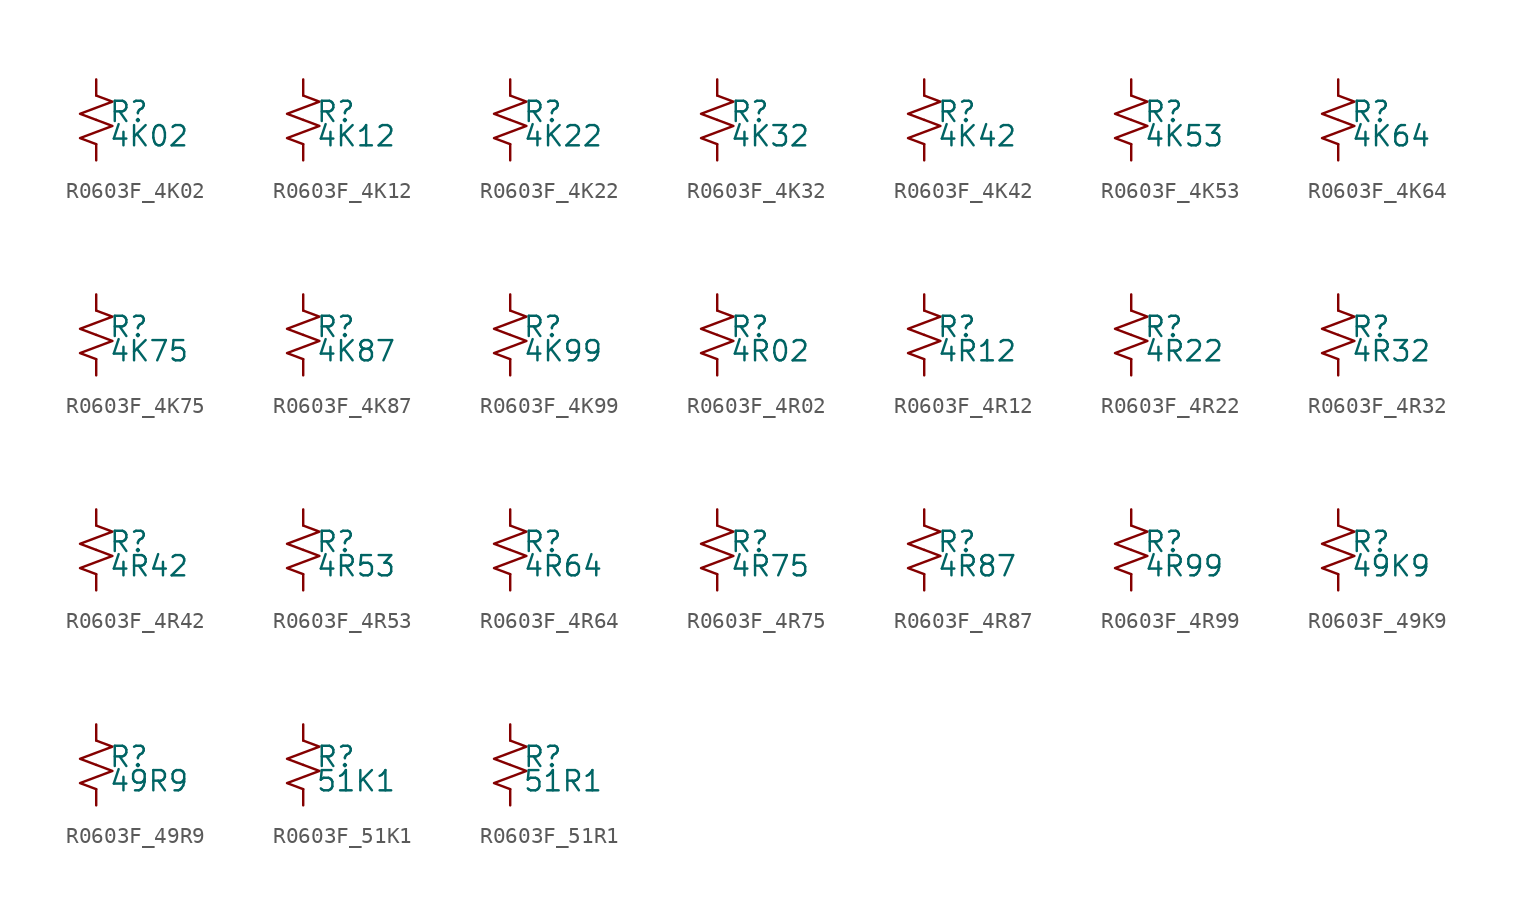
<source format=kicad_sym>
(kicad_symbol_lib
  (version 20220914)
  (generator kicad_symbol_editor)
  (symbol "R0603F_4K02"
    (pin_numbers hide)
    (pin_names
      (offset 0.254) hide)
    (property "Reference" "R"
      (at 0.762 0.508 0)
      (effects (font (size 1.27 1.27)) (justify left)))
    (property "Value" "4K02"
      (at 0.762 -1.016 0)
      (effects (font (size 1.27 1.27)) (justify left)))
    (symbol "R0603F_4K02_1_1"
      (polyline (pts (xy 0 0) (xy 1.016 -0.381) (xy 0 -0.762) (xy -1.016 -1.143) (xy 0 -1.524)) (stroke (width 0) (type default)) (fill (type none)))
      (polyline (pts (xy 0 1.524) (xy 1.016 1.143) (xy 0 0.762) (xy -1.016 0.381) (xy 0 0)) (stroke (width 0) (type default)) (fill (type none)))
      (pin passive line (at 0 2.54 270) (length 1.016) (name "~" (effects (font (size 1.27 1.27)))) (number "1" (effects (font (size 1.27 1.27)))))
      (pin passive line (at 0 -2.54 90) (length 1.016) (name "~" (effects (font (size 1.27 1.27)))) (number "2" (effects (font (size 1.27 1.27)))))))
  (symbol "R0603F_4K12"
    (pin_numbers hide)
    (pin_names
      (offset 0.254) hide)
    (property "Reference" "R"
      (at 0.762 0.508 0)
      (effects (font (size 1.27 1.27)) (justify left)))
    (property "Value" "4K12"
      (at 0.762 -1.016 0)
      (effects (font (size 1.27 1.27)) (justify left)))
    (symbol "R0603F_4K12_1_1"
      (polyline (pts (xy 0 0) (xy 1.016 -0.381) (xy 0 -0.762) (xy -1.016 -1.143) (xy 0 -1.524)) (stroke (width 0) (type default)) (fill (type none)))
      (polyline (pts (xy 0 1.524) (xy 1.016 1.143) (xy 0 0.762) (xy -1.016 0.381) (xy 0 0)) (stroke (width 0) (type default)) (fill (type none)))
      (pin passive line (at 0 2.54 270) (length 1.016) (name "~" (effects (font (size 1.27 1.27)))) (number "1" (effects (font (size 1.27 1.27)))))
      (pin passive line (at 0 -2.54 90) (length 1.016) (name "~" (effects (font (size 1.27 1.27)))) (number "2" (effects (font (size 1.27 1.27)))))))
  (symbol "R0603F_4K22"
    (pin_numbers hide)
    (pin_names
      (offset 0.254) hide)
    (property "Reference" "R"
      (at 0.762 0.508 0)
      (effects (font (size 1.27 1.27)) (justify left)))
    (property "Value" "4K22"
      (at 0.762 -1.016 0)
      (effects (font (size 1.27 1.27)) (justify left)))
    (symbol "R0603F_4K22_1_1"
      (polyline (pts (xy 0 0) (xy 1.016 -0.381) (xy 0 -0.762) (xy -1.016 -1.143) (xy 0 -1.524)) (stroke (width 0) (type default)) (fill (type none)))
      (polyline (pts (xy 0 1.524) (xy 1.016 1.143) (xy 0 0.762) (xy -1.016 0.381) (xy 0 0)) (stroke (width 0) (type default)) (fill (type none)))
      (pin passive line (at 0 2.54 270) (length 1.016) (name "~" (effects (font (size 1.27 1.27)))) (number "1" (effects (font (size 1.27 1.27)))))
      (pin passive line (at 0 -2.54 90) (length 1.016) (name "~" (effects (font (size 1.27 1.27)))) (number "2" (effects (font (size 1.27 1.27)))))))
  (symbol "R0603F_4K32"
    (pin_numbers hide)
    (pin_names
      (offset 0.254) hide)
    (property "Reference" "R"
      (at 0.762 0.508 0)
      (effects (font (size 1.27 1.27)) (justify left)))
    (property "Value" "4K32"
      (at 0.762 -1.016 0)
      (effects (font (size 1.27 1.27)) (justify left)))
    (symbol "R0603F_4K32_1_1"
      (polyline (pts (xy 0 0) (xy 1.016 -0.381) (xy 0 -0.762) (xy -1.016 -1.143) (xy 0 -1.524)) (stroke (width 0) (type default)) (fill (type none)))
      (polyline (pts (xy 0 1.524) (xy 1.016 1.143) (xy 0 0.762) (xy -1.016 0.381) (xy 0 0)) (stroke (width 0) (type default)) (fill (type none)))
      (pin passive line (at 0 2.54 270) (length 1.016) (name "~" (effects (font (size 1.27 1.27)))) (number "1" (effects (font (size 1.27 1.27)))))
      (pin passive line (at 0 -2.54 90) (length 1.016) (name "~" (effects (font (size 1.27 1.27)))) (number "2" (effects (font (size 1.27 1.27)))))))
  (symbol "R0603F_4K42"
    (pin_numbers hide)
    (pin_names
      (offset 0.254) hide)
    (property "Reference" "R"
      (at 0.762 0.508 0)
      (effects (font (size 1.27 1.27)) (justify left)))
    (property "Value" "4K42"
      (at 0.762 -1.016 0)
      (effects (font (size 1.27 1.27)) (justify left)))
    (symbol "R0603F_4K42_1_1"
      (polyline (pts (xy 0 0) (xy 1.016 -0.381) (xy 0 -0.762) (xy -1.016 -1.143) (xy 0 -1.524)) (stroke (width 0) (type default)) (fill (type none)))
      (polyline (pts (xy 0 1.524) (xy 1.016 1.143) (xy 0 0.762) (xy -1.016 0.381) (xy 0 0)) (stroke (width 0) (type default)) (fill (type none)))
      (pin passive line (at 0 2.54 270) (length 1.016) (name "~" (effects (font (size 1.27 1.27)))) (number "1" (effects (font (size 1.27 1.27)))))
      (pin passive line (at 0 -2.54 90) (length 1.016) (name "~" (effects (font (size 1.27 1.27)))) (number "2" (effects (font (size 1.27 1.27)))))))
  (symbol "R0603F_4K53"
    (pin_numbers hide)
    (pin_names
      (offset 0.254) hide)
    (property "Reference" "R"
      (at 0.762 0.508 0)
      (effects (font (size 1.27 1.27)) (justify left)))
    (property "Value" "4K53"
      (at 0.762 -1.016 0)
      (effects (font (size 1.27 1.27)) (justify left)))
    (symbol "R0603F_4K53_1_1"
      (polyline (pts (xy 0 0) (xy 1.016 -0.381) (xy 0 -0.762) (xy -1.016 -1.143) (xy 0 -1.524)) (stroke (width 0) (type default)) (fill (type none)))
      (polyline (pts (xy 0 1.524) (xy 1.016 1.143) (xy 0 0.762) (xy -1.016 0.381) (xy 0 0)) (stroke (width 0) (type default)) (fill (type none)))
      (pin passive line (at 0 2.54 270) (length 1.016) (name "~" (effects (font (size 1.27 1.27)))) (number "1" (effects (font (size 1.27 1.27)))))
      (pin passive line (at 0 -2.54 90) (length 1.016) (name "~" (effects (font (size 1.27 1.27)))) (number "2" (effects (font (size 1.27 1.27)))))))
  (symbol "R0603F_4K64"
    (pin_numbers hide)
    (pin_names
      (offset 0.254) hide)
    (property "Reference" "R"
      (at 0.762 0.508 0)
      (effects (font (size 1.27 1.27)) (justify left)))
    (property "Value" "4K64"
      (at 0.762 -1.016 0)
      (effects (font (size 1.27 1.27)) (justify left)))
    (symbol "R0603F_4K64_1_1"
      (polyline (pts (xy 0 0) (xy 1.016 -0.381) (xy 0 -0.762) (xy -1.016 -1.143) (xy 0 -1.524)) (stroke (width 0) (type default)) (fill (type none)))
      (polyline (pts (xy 0 1.524) (xy 1.016 1.143) (xy 0 0.762) (xy -1.016 0.381) (xy 0 0)) (stroke (width 0) (type default)) (fill (type none)))
      (pin passive line (at 0 2.54 270) (length 1.016) (name "~" (effects (font (size 1.27 1.27)))) (number "1" (effects (font (size 1.27 1.27)))))
      (pin passive line (at 0 -2.54 90) (length 1.016) (name "~" (effects (font (size 1.27 1.27)))) (number "2" (effects (font (size 1.27 1.27)))))))
  (symbol "R0603F_4K75"
    (pin_numbers hide)
    (pin_names
      (offset 0.254) hide)
    (property "Reference" "R"
      (at 0.762 0.508 0)
      (effects (font (size 1.27 1.27)) (justify left)))
    (property "Value" "4K75"
      (at 0.762 -1.016 0)
      (effects (font (size 1.27 1.27)) (justify left)))
    (symbol "R0603F_4K75_1_1"
      (polyline (pts (xy 0 0) (xy 1.016 -0.381) (xy 0 -0.762) (xy -1.016 -1.143) (xy 0 -1.524)) (stroke (width 0) (type default)) (fill (type none)))
      (polyline (pts (xy 0 1.524) (xy 1.016 1.143) (xy 0 0.762) (xy -1.016 0.381) (xy 0 0)) (stroke (width 0) (type default)) (fill (type none)))
      (pin passive line (at 0 2.54 270) (length 1.016) (name "~" (effects (font (size 1.27 1.27)))) (number "1" (effects (font (size 1.27 1.27)))))
      (pin passive line (at 0 -2.54 90) (length 1.016) (name "~" (effects (font (size 1.27 1.27)))) (number "2" (effects (font (size 1.27 1.27)))))))
  (symbol "R0603F_4K87"
    (pin_numbers hide)
    (pin_names
      (offset 0.254) hide)
    (property "Reference" "R"
      (at 0.762 0.508 0)
      (effects (font (size 1.27 1.27)) (justify left)))
    (property "Value" "4K87"
      (at 0.762 -1.016 0)
      (effects (font (size 1.27 1.27)) (justify left)))
    (symbol "R0603F_4K87_1_1"
      (polyline (pts (xy 0 0) (xy 1.016 -0.381) (xy 0 -0.762) (xy -1.016 -1.143) (xy 0 -1.524)) (stroke (width 0) (type default)) (fill (type none)))
      (polyline (pts (xy 0 1.524) (xy 1.016 1.143) (xy 0 0.762) (xy -1.016 0.381) (xy 0 0)) (stroke (width 0) (type default)) (fill (type none)))
      (pin passive line (at 0 2.54 270) (length 1.016) (name "~" (effects (font (size 1.27 1.27)))) (number "1" (effects (font (size 1.27 1.27)))))
      (pin passive line (at 0 -2.54 90) (length 1.016) (name "~" (effects (font (size 1.27 1.27)))) (number "2" (effects (font (size 1.27 1.27)))))))
  (symbol "R0603F_4K99"
    (pin_numbers hide)
    (pin_names
      (offset 0.254) hide)
    (property "Reference" "R"
      (at 0.762 0.508 0)
      (effects (font (size 1.27 1.27)) (justify left)))
    (property "Value" "4K99"
      (at 0.762 -1.016 0)
      (effects (font (size 1.27 1.27)) (justify left)))
    (symbol "R0603F_4K99_1_1"
      (polyline (pts (xy 0 0) (xy 1.016 -0.381) (xy 0 -0.762) (xy -1.016 -1.143) (xy 0 -1.524)) (stroke (width 0) (type default)) (fill (type none)))
      (polyline (pts (xy 0 1.524) (xy 1.016 1.143) (xy 0 0.762) (xy -1.016 0.381) (xy 0 0)) (stroke (width 0) (type default)) (fill (type none)))
      (pin passive line (at 0 2.54 270) (length 1.016) (name "~" (effects (font (size 1.27 1.27)))) (number "1" (effects (font (size 1.27 1.27)))))
      (pin passive line (at 0 -2.54 90) (length 1.016) (name "~" (effects (font (size 1.27 1.27)))) (number "2" (effects (font (size 1.27 1.27)))))))
  (symbol "R0603F_4R02"
    (pin_numbers hide)
    (pin_names
      (offset 0.254) hide)
    (property "Reference" "R"
      (at 0.762 0.508 0)
      (effects (font (size 1.27 1.27)) (justify left)))
    (property "Value" "4R02"
      (at 0.762 -1.016 0)
      (effects (font (size 1.27 1.27)) (justify left)))
    (symbol "R0603F_4R02_1_1"
      (polyline (pts (xy 0 0) (xy 1.016 -0.381) (xy 0 -0.762) (xy -1.016 -1.143) (xy 0 -1.524)) (stroke (width 0) (type default)) (fill (type none)))
      (polyline (pts (xy 0 1.524) (xy 1.016 1.143) (xy 0 0.762) (xy -1.016 0.381) (xy 0 0)) (stroke (width 0) (type default)) (fill (type none)))
      (pin passive line (at 0 2.54 270) (length 1.016) (name "~" (effects (font (size 1.27 1.27)))) (number "1" (effects (font (size 1.27 1.27)))))
      (pin passive line (at 0 -2.54 90) (length 1.016) (name "~" (effects (font (size 1.27 1.27)))) (number "2" (effects (font (size 1.27 1.27)))))))
  (symbol "R0603F_4R12"
    (pin_numbers hide)
    (pin_names
      (offset 0.254) hide)
    (property "Reference" "R"
      (at 0.762 0.508 0)
      (effects (font (size 1.27 1.27)) (justify left)))
    (property "Value" "4R12"
      (at 0.762 -1.016 0)
      (effects (font (size 1.27 1.27)) (justify left)))
    (symbol "R0603F_4R12_1_1"
      (polyline (pts (xy 0 0) (xy 1.016 -0.381) (xy 0 -0.762) (xy -1.016 -1.143) (xy 0 -1.524)) (stroke (width 0) (type default)) (fill (type none)))
      (polyline (pts (xy 0 1.524) (xy 1.016 1.143) (xy 0 0.762) (xy -1.016 0.381) (xy 0 0)) (stroke (width 0) (type default)) (fill (type none)))
      (pin passive line (at 0 2.54 270) (length 1.016) (name "~" (effects (font (size 1.27 1.27)))) (number "1" (effects (font (size 1.27 1.27)))))
      (pin passive line (at 0 -2.54 90) (length 1.016) (name "~" (effects (font (size 1.27 1.27)))) (number "2" (effects (font (size 1.27 1.27)))))))
  (symbol "R0603F_4R22"
    (pin_numbers hide)
    (pin_names
      (offset 0.254) hide)
    (property "Reference" "R"
      (at 0.762 0.508 0)
      (effects (font (size 1.27 1.27)) (justify left)))
    (property "Value" "4R22"
      (at 0.762 -1.016 0)
      (effects (font (size 1.27 1.27)) (justify left)))
    (symbol "R0603F_4R22_1_1"
      (polyline (pts (xy 0 0) (xy 1.016 -0.381) (xy 0 -0.762) (xy -1.016 -1.143) (xy 0 -1.524)) (stroke (width 0) (type default)) (fill (type none)))
      (polyline (pts (xy 0 1.524) (xy 1.016 1.143) (xy 0 0.762) (xy -1.016 0.381) (xy 0 0)) (stroke (width 0) (type default)) (fill (type none)))
      (pin passive line (at 0 2.54 270) (length 1.016) (name "~" (effects (font (size 1.27 1.27)))) (number "1" (effects (font (size 1.27 1.27)))))
      (pin passive line (at 0 -2.54 90) (length 1.016) (name "~" (effects (font (size 1.27 1.27)))) (number "2" (effects (font (size 1.27 1.27)))))))
  (symbol "R0603F_4R32"
    (pin_numbers hide)
    (pin_names
      (offset 0.254) hide)
    (property "Reference" "R"
      (at 0.762 0.508 0)
      (effects (font (size 1.27 1.27)) (justify left)))
    (property "Value" "4R32"
      (at 0.762 -1.016 0)
      (effects (font (size 1.27 1.27)) (justify left)))
    (symbol "R0603F_4R32_1_1"
      (polyline (pts (xy 0 0) (xy 1.016 -0.381) (xy 0 -0.762) (xy -1.016 -1.143) (xy 0 -1.524)) (stroke (width 0) (type default)) (fill (type none)))
      (polyline (pts (xy 0 1.524) (xy 1.016 1.143) (xy 0 0.762) (xy -1.016 0.381) (xy 0 0)) (stroke (width 0) (type default)) (fill (type none)))
      (pin passive line (at 0 2.54 270) (length 1.016) (name "~" (effects (font (size 1.27 1.27)))) (number "1" (effects (font (size 1.27 1.27)))))
      (pin passive line (at 0 -2.54 90) (length 1.016) (name "~" (effects (font (size 1.27 1.27)))) (number "2" (effects (font (size 1.27 1.27)))))))
  (symbol "R0603F_4R42"
    (pin_numbers hide)
    (pin_names
      (offset 0.254) hide)
    (property "Reference" "R"
      (at 0.762 0.508 0)
      (effects (font (size 1.27 1.27)) (justify left)))
    (property "Value" "4R42"
      (at 0.762 -1.016 0)
      (effects (font (size 1.27 1.27)) (justify left)))
    (symbol "R0603F_4R42_1_1"
      (polyline (pts (xy 0 0) (xy 1.016 -0.381) (xy 0 -0.762) (xy -1.016 -1.143) (xy 0 -1.524)) (stroke (width 0) (type default)) (fill (type none)))
      (polyline (pts (xy 0 1.524) (xy 1.016 1.143) (xy 0 0.762) (xy -1.016 0.381) (xy 0 0)) (stroke (width 0) (type default)) (fill (type none)))
      (pin passive line (at 0 2.54 270) (length 1.016) (name "~" (effects (font (size 1.27 1.27)))) (number "1" (effects (font (size 1.27 1.27)))))
      (pin passive line (at 0 -2.54 90) (length 1.016) (name "~" (effects (font (size 1.27 1.27)))) (number "2" (effects (font (size 1.27 1.27)))))))
  (symbol "R0603F_4R53"
    (pin_numbers hide)
    (pin_names
      (offset 0.254) hide)
    (property "Reference" "R"
      (at 0.762 0.508 0)
      (effects (font (size 1.27 1.27)) (justify left)))
    (property "Value" "4R53"
      (at 0.762 -1.016 0)
      (effects (font (size 1.27 1.27)) (justify left)))
    (symbol "R0603F_4R53_1_1"
      (polyline (pts (xy 0 0) (xy 1.016 -0.381) (xy 0 -0.762) (xy -1.016 -1.143) (xy 0 -1.524)) (stroke (width 0) (type default)) (fill (type none)))
      (polyline (pts (xy 0 1.524) (xy 1.016 1.143) (xy 0 0.762) (xy -1.016 0.381) (xy 0 0)) (stroke (width 0) (type default)) (fill (type none)))
      (pin passive line (at 0 2.54 270) (length 1.016) (name "~" (effects (font (size 1.27 1.27)))) (number "1" (effects (font (size 1.27 1.27)))))
      (pin passive line (at 0 -2.54 90) (length 1.016) (name "~" (effects (font (size 1.27 1.27)))) (number "2" (effects (font (size 1.27 1.27)))))))
  (symbol "R0603F_4R64"
    (pin_numbers hide)
    (pin_names
      (offset 0.254) hide)
    (property "Reference" "R"
      (at 0.762 0.508 0)
      (effects (font (size 1.27 1.27)) (justify left)))
    (property "Value" "4R64"
      (at 0.762 -1.016 0)
      (effects (font (size 1.27 1.27)) (justify left)))
    (symbol "R0603F_4R64_1_1"
      (polyline (pts (xy 0 0) (xy 1.016 -0.381) (xy 0 -0.762) (xy -1.016 -1.143) (xy 0 -1.524)) (stroke (width 0) (type default)) (fill (type none)))
      (polyline (pts (xy 0 1.524) (xy 1.016 1.143) (xy 0 0.762) (xy -1.016 0.381) (xy 0 0)) (stroke (width 0) (type default)) (fill (type none)))
      (pin passive line (at 0 2.54 270) (length 1.016) (name "~" (effects (font (size 1.27 1.27)))) (number "1" (effects (font (size 1.27 1.27)))))
      (pin passive line (at 0 -2.54 90) (length 1.016) (name "~" (effects (font (size 1.27 1.27)))) (number "2" (effects (font (size 1.27 1.27)))))))
  (symbol "R0603F_4R75"
    (pin_numbers hide)
    (pin_names
      (offset 0.254) hide)
    (property "Reference" "R"
      (at 0.762 0.508 0)
      (effects (font (size 1.27 1.27)) (justify left)))
    (property "Value" "4R75"
      (at 0.762 -1.016 0)
      (effects (font (size 1.27 1.27)) (justify left)))
    (symbol "R0603F_4R75_1_1"
      (polyline (pts (xy 0 0) (xy 1.016 -0.381) (xy 0 -0.762) (xy -1.016 -1.143) (xy 0 -1.524)) (stroke (width 0) (type default)) (fill (type none)))
      (polyline (pts (xy 0 1.524) (xy 1.016 1.143) (xy 0 0.762) (xy -1.016 0.381) (xy 0 0)) (stroke (width 0) (type default)) (fill (type none)))
      (pin passive line (at 0 2.54 270) (length 1.016) (name "~" (effects (font (size 1.27 1.27)))) (number "1" (effects (font (size 1.27 1.27)))))
      (pin passive line (at 0 -2.54 90) (length 1.016) (name "~" (effects (font (size 1.27 1.27)))) (number "2" (effects (font (size 1.27 1.27)))))))
  (symbol "R0603F_4R87"
    (pin_numbers hide)
    (pin_names
      (offset 0.254) hide)
    (property "Reference" "R"
      (at 0.762 0.508 0)
      (effects (font (size 1.27 1.27)) (justify left)))
    (property "Value" "4R87"
      (at 0.762 -1.016 0)
      (effects (font (size 1.27 1.27)) (justify left)))
    (symbol "R0603F_4R87_1_1"
      (polyline (pts (xy 0 0) (xy 1.016 -0.381) (xy 0 -0.762) (xy -1.016 -1.143) (xy 0 -1.524)) (stroke (width 0) (type default)) (fill (type none)))
      (polyline (pts (xy 0 1.524) (xy 1.016 1.143) (xy 0 0.762) (xy -1.016 0.381) (xy 0 0)) (stroke (width 0) (type default)) (fill (type none)))
      (pin passive line (at 0 2.54 270) (length 1.016) (name "~" (effects (font (size 1.27 1.27)))) (number "1" (effects (font (size 1.27 1.27)))))
      (pin passive line (at 0 -2.54 90) (length 1.016) (name "~" (effects (font (size 1.27 1.27)))) (number "2" (effects (font (size 1.27 1.27)))))))
  (symbol "R0603F_4R99"
    (pin_numbers hide)
    (pin_names
      (offset 0.254) hide)
    (property "Reference" "R"
      (at 0.762 0.508 0)
      (effects (font (size 1.27 1.27)) (justify left)))
    (property "Value" "4R99"
      (at 0.762 -1.016 0)
      (effects (font (size 1.27 1.27)) (justify left)))
    (symbol "R0603F_4R99_1_1"
      (polyline (pts (xy 0 0) (xy 1.016 -0.381) (xy 0 -0.762) (xy -1.016 -1.143) (xy 0 -1.524)) (stroke (width 0) (type default)) (fill (type none)))
      (polyline (pts (xy 0 1.524) (xy 1.016 1.143) (xy 0 0.762) (xy -1.016 0.381) (xy 0 0)) (stroke (width 0) (type default)) (fill (type none)))
      (pin passive line (at 0 2.54 270) (length 1.016) (name "~" (effects (font (size 1.27 1.27)))) (number "1" (effects (font (size 1.27 1.27)))))
      (pin passive line (at 0 -2.54 90) (length 1.016) (name "~" (effects (font (size 1.27 1.27)))) (number "2" (effects (font (size 1.27 1.27)))))))
  (symbol "R0603F_49K9"
    (pin_numbers hide)
    (pin_names
      (offset 0.254) hide)
    (property "Reference" "R"
      (at 0.762 0.508 0)
      (effects (font (size 1.27 1.27)) (justify left)))
    (property "Value" "49K9"
      (at 0.762 -1.016 0)
      (effects (font (size 1.27 1.27)) (justify left)))
    (symbol "R0603F_49K9_1_1"
      (polyline (pts (xy 0 0) (xy 1.016 -0.381) (xy 0 -0.762) (xy -1.016 -1.143) (xy 0 -1.524)) (stroke (width 0) (type default)) (fill (type none)))
      (polyline (pts (xy 0 1.524) (xy 1.016 1.143) (xy 0 0.762) (xy -1.016 0.381) (xy 0 0)) (stroke (width 0) (type default)) (fill (type none)))
      (pin passive line (at 0 2.54 270) (length 1.016) (name "~" (effects (font (size 1.27 1.27)))) (number "1" (effects (font (size 1.27 1.27)))))
      (pin passive line (at 0 -2.54 90) (length 1.016) (name "~" (effects (font (size 1.27 1.27)))) (number "2" (effects (font (size 1.27 1.27)))))))
  (symbol "R0603F_49R9"
    (pin_numbers hide)
    (pin_names
      (offset 0.254) hide)
    (property "Reference" "R"
      (at 0.762 0.508 0)
      (effects (font (size 1.27 1.27)) (justify left)))
    (property "Value" "49R9"
      (at 0.762 -1.016 0)
      (effects (font (size 1.27 1.27)) (justify left)))
    (symbol "R0603F_49R9_1_1"
      (polyline (pts (xy 0 0) (xy 1.016 -0.381) (xy 0 -0.762) (xy -1.016 -1.143) (xy 0 -1.524)) (stroke (width 0) (type default)) (fill (type none)))
      (polyline (pts (xy 0 1.524) (xy 1.016 1.143) (xy 0 0.762) (xy -1.016 0.381) (xy 0 0)) (stroke (width 0) (type default)) (fill (type none)))
      (pin passive line (at 0 2.54 270) (length 1.016) (name "~" (effects (font (size 1.27 1.27)))) (number "1" (effects (font (size 1.27 1.27)))))
      (pin passive line (at 0 -2.54 90) (length 1.016) (name "~" (effects (font (size 1.27 1.27)))) (number "2" (effects (font (size 1.27 1.27)))))))
  (symbol "R0603F_51K1"
    (pin_numbers hide)
    (pin_names
      (offset 0.254) hide)
    (property "Reference" "R"
      (at 0.762 0.508 0)
      (effects (font (size 1.27 1.27)) (justify left)))
    (property "Value" "51K1"
      (at 0.762 -1.016 0)
      (effects (font (size 1.27 1.27)) (justify left)))
    (symbol "R0603F_51K1_1_1"
      (polyline (pts (xy 0 0) (xy 1.016 -0.381) (xy 0 -0.762) (xy -1.016 -1.143) (xy 0 -1.524)) (stroke (width 0) (type default)) (fill (type none)))
      (polyline (pts (xy 0 1.524) (xy 1.016 1.143) (xy 0 0.762) (xy -1.016 0.381) (xy 0 0)) (stroke (width 0) (type default)) (fill (type none)))
      (pin passive line (at 0 2.54 270) (length 1.016) (name "~" (effects (font (size 1.27 1.27)))) (number "1" (effects (font (size 1.27 1.27)))))
      (pin passive line (at 0 -2.54 90) (length 1.016) (name "~" (effects (font (size 1.27 1.27)))) (number "2" (effects (font (size 1.27 1.27)))))))
  (symbol "R0603F_51R1"
    (pin_numbers hide)
    (pin_names
      (offset 0.254) hide)
    (property "Reference" "R"
      (at 0.762 0.508 0)
      (effects (font (size 1.27 1.27)) (justify left)))
    (property "Value" "51R1"
      (at 0.762 -1.016 0)
      (effects (font (size 1.27 1.27)) (justify left)))
    (symbol "R0603F_51R1_1_1"
      (polyline (pts (xy 0 0) (xy 1.016 -0.381) (xy 0 -0.762) (xy -1.016 -1.143) (xy 0 -1.524)) (stroke (width 0) (type default)) (fill (type none)))
      (polyline (pts (xy 0 1.524) (xy 1.016 1.143) (xy 0 0.762) (xy -1.016 0.381) (xy 0 0)) (stroke (width 0) (type default)) (fill (type none)))
      (pin passive line (at 0 2.54 270) (length 1.016) (name "~" (effects (font (size 1.27 1.27)))) (number "1" (effects (font (size 1.27 1.27)))))
      (pin passive line (at 0 -2.54 90) (length 1.016) (name "~" (effects (font (size 1.27 1.27)))) (number "2" (effects (font (size 1.27 1.27))))))))
</source>
